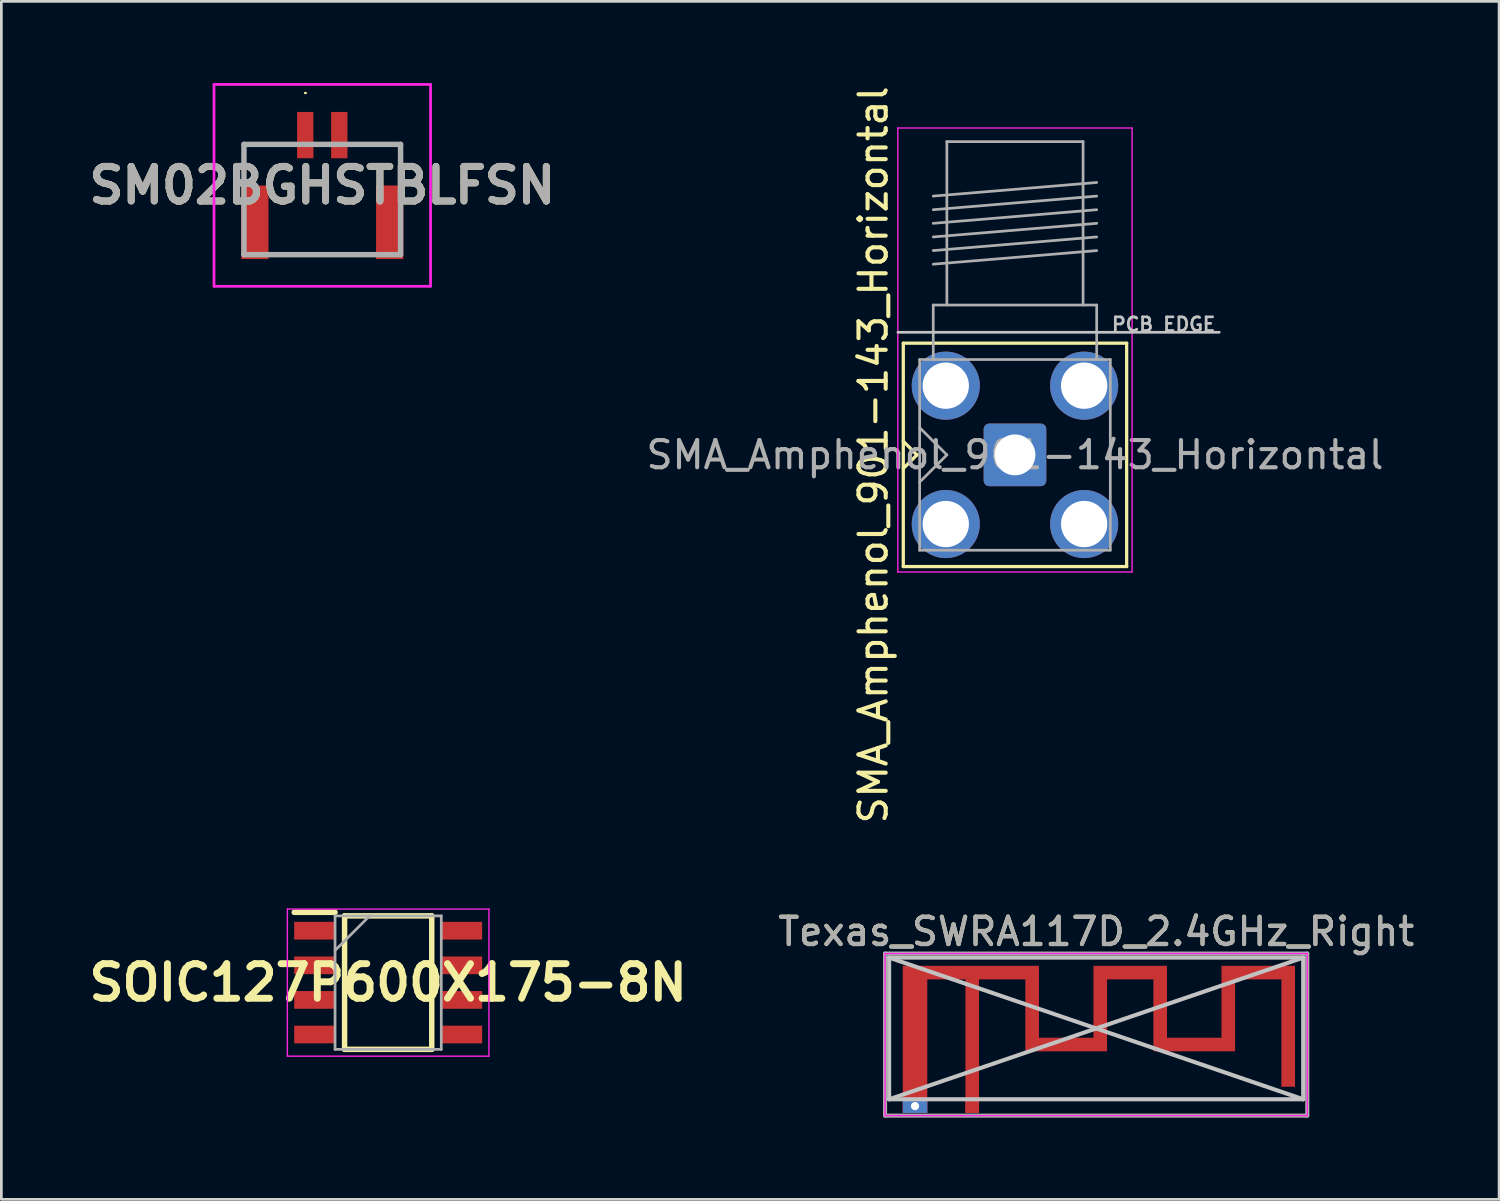
<source format=kicad_pcb>
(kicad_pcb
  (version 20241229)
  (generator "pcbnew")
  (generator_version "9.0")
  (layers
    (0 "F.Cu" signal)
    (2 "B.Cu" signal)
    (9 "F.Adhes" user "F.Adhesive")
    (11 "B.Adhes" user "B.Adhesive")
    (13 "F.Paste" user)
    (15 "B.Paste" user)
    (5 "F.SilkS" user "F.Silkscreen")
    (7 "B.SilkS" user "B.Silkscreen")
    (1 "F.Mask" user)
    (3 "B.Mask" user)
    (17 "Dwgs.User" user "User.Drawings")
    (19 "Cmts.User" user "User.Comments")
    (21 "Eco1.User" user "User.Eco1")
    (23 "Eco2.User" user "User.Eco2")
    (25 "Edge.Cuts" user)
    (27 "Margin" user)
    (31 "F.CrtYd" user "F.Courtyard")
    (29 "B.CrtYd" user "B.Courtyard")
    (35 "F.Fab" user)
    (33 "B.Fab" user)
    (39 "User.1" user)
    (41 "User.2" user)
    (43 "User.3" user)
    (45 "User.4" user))
  (footprint "Texas_SWRA117D_2.4GHz_Right"
    (layer "F.Cu")
    (at 32.642 37.556)
    (property "Reference" "Texas_SWRA117D_2.4GHz_Right" (at 4.55 -6.41 0) (layer "F.SilkS") (effects (font (size 1 1) (thickness 0.15))))
    (attr exclude_from_pos_files exclude_from_bom)
    (fp_poly (pts (xy 2.45 -2.51) (xy 4.45 -2.51) (xy 4.45 -5.15) (xy 7.15 -5.15) (xy 7.15 -2.51) (xy 9.15 -2.51) (xy 9.15 -5.15) (xy 11.85 -5.15) (xy 11.85 -0.71) (xy 11.35 -0.71) (xy 11.35 -4.65) (xy 9.65 -4.65) (xy 9.65 -2.01) (xy 6.65 -2.01) (xy 6.65 -4.65) (xy 4.95 -4.65) (xy 4.95 -2.01) (xy 1.95 -2.01) (xy 1.95 -4.65) (xy 0.25 -4.65) (xy 0.25 0.25) (xy -0.25 0.25) (xy -0.25 -4.65) (xy -1.65 -4.65) (xy -1.65 0.25) (xy -2.55 0.25) (xy -2.55 0.007) (xy -2.248 0.007) (xy -2.238 0.054) (xy -2.214 0.097) (xy -2.176 0.13) (xy -2.168 0.134) (xy -2.125 0.146) (xy -2.077 0.145) (xy -2.031 0.132) (xy -2.013 0.122) (xy -1.979 0.087) (xy -1.958 0.041) (xy -1.952 -0.008) (xy -1.96 -0.056) (xy -1.977 -0.089) (xy -2.012 -0.121) (xy -2.058 -0.141) (xy -2.107 -0.148) (xy -2.155 -0.14) (xy -2.188 -0.123) (xy -2.223 -0.086) (xy -2.243 -0.042) (xy -2.248 0.007) (xy -2.55 0.007) (xy -2.55 -5.15) (xy 2.45 -5.15) (xy 2.45 -2.51)) (stroke (width 0) (type solid)) (fill yes) (layer "F.Cu"))
    (fp_poly (pts (xy 2.45 -2.51) (xy 4.45 -2.51) (xy 4.45 -5.15) (xy 7.15 -5.15) (xy 7.15 -2.51) (xy 9.15 -2.51) (xy 9.15 -5.15) (xy 11.85 -5.15) (xy 11.85 -0.71) (xy 11.35 -0.71) (xy 11.35 -4.65) (xy 9.65 -4.65) (xy 9.65 -2.01) (xy 6.65 -2.01) (xy 6.65 -4.65) (xy 4.95 -4.65) (xy 4.95 -2.01) (xy 1.95 -2.01) (xy 1.95 -4.65) (xy 0.25 -4.65) (xy 0.25 0.25) (xy -0.25 0.25) (xy -0.25 -4.65) (xy -1.65 -4.65) (xy -1.65 0.25) (xy -2.55 0.25) (xy -2.55 0.007) (xy -2.248 0.007) (xy -2.238 0.054) (xy -2.214 0.097) (xy -2.176 0.13) (xy -2.168 0.134) (xy -2.125 0.146) (xy -2.077 0.145) (xy -2.031 0.132) (xy -2.013 0.122) (xy -1.979 0.087) (xy -1.958 0.041) (xy -1.952 -0.008) (xy -1.96 -0.056) (xy -1.977 -0.089) (xy -2.012 -0.121) (xy -2.058 -0.141) (xy -2.107 -0.148) (xy -2.155 -0.14) (xy -2.188 -0.123) (xy -2.223 -0.086) (xy -2.243 -0.042) (xy -2.248 0.007) (xy -2.55 0.007) (xy -2.55 -5.15) (xy 2.45 -5.15) (xy 2.45 -2.51)) (stroke (width 0) (type solid)) (fill yes) (layer "F.Mask"))
    (fp_line (start -3.05 -5.45) (end 12.15 -5.45) (stroke (width 0.15) (type solid)) (layer "Dwgs.User"))
    (fp_line (start -3.05 -5.45) (end 12.15 -0.25) (stroke (width 0.15) (type solid)) (layer "Dwgs.User"))
    (fp_line (start -3.05 -0.25) (end -3.05 -5.45) (stroke (width 0.15) (type solid)) (layer "Dwgs.User"))
    (fp_line (start -3.05 -0.25) (end 12.15 -5.45) (stroke (width 0.15) (type solid)) (layer "Dwgs.User"))
    (fp_line (start -3.05 -0.25) (end 12.15 -0.25) (stroke (width 0.15) (type solid)) (layer "Dwgs.User"))
    (fp_line (start 12.15 -0.25) (end 12.15 -5.45) (stroke (width 0.15) (type solid)) (layer "Dwgs.User"))
    (fp_line (start -3.2 -5.6) (end 12.3 -5.6) (stroke (width 0.05) (type solid)) (layer "F.CrtYd"))
    (fp_line (start -3.2 0.35) (end -3.2 -5.6) (stroke (width 0.05) (type solid)) (layer "F.CrtYd"))
    (fp_line (start 12.3 -5.6) (end 12.3 0.35) (stroke (width 0.05) (type solid)) (layer "F.CrtYd"))
    (fp_line (start 12.3 0.35) (end -3.2 0.35) (stroke (width 0.05) (type solid)) (layer "F.CrtYd"))
    (fp_line (start -3.2 -5.6) (end 12.3 -5.6) (stroke (width 0.15) (type solid)) (layer "F.Fab"))
    (fp_line (start -3.2 0.35) (end -3.2 -5.6) (stroke (width 0.15) (type solid)) (layer "F.Fab"))
    (fp_line (start 12.3 -5.6) (end 12.3 0.35) (stroke (width 0.15) (type solid)) (layer "F.Fab"))
    (fp_line (start 12.3 0.35) (end -3.2 0.35) (stroke (width 0.15) (type solid)) (layer "F.Fab"))
    (fp_text user "${REFERENCE}" (at 4.55 -6.4 0) (layer "F.Fab") (effects (font (size 1 1) (thickness 0.15))))
    (pad "1" connect rect (at 0 0) (size 0.5 0.5) (layers "F.Cu"))
    (pad "2" thru_hole rect (at -2.1 0) (size 0.9 0.5) (drill 0.3) (layers "*.Cu"))
    (zone (net_name "") (layers "F.Cu" "B.Cu") (hatch edge 0.5) (connect_pads) (min_thickness 0.25) (filled_areas_thickness no) (keepout (tracks allowed) (vias allowed) (pads allowed) (copperpour not_allowed) (footprints allowed)) (placement (enabled no)) (fill) (polygon (pts (xy 44.892 31.856) (xy 29.542 31.856) (xy 29.442 37.356) (xy 44.892 37.356)))))
  (footprint "SM02BGHSTBLFSN"
    (layer "F.Cu")
    (at 8.781 3.755)
    (property "Reference" "SM02BGHSTBLFSN" (at 0 0 0) (layer "F.SilkS") (effects (font (size 1.27 1.27) (thickness 0.254))))
    (attr smd)
    (fp_line (start -2.875 -1.505) (end -2.875 -0.369) (stroke (width 0.1) (type solid)) (layer "F.SilkS"))
    (fp_line (start -2.875 -1.505) (end -1.238 -1.505) (stroke (width 0.1) (type solid)) (layer "F.SilkS"))
    (fp_line (start -0.642 -3.39) (end -0.642 -3.39) (stroke (width 0.046) (type solid)) (layer "F.SilkS"))
    (fp_line (start -0.596 -3.39) (end -0.596 -3.39) (stroke (width 0.046) (type solid)) (layer "F.SilkS"))
    (fp_line (start 1.6 2.545) (end -1.6 2.545) (stroke (width 0.1) (type solid)) (layer "F.SilkS"))
    (fp_line (start 2.875 -1.505) (end 1.238 -1.505) (stroke (width 0.1) (type solid)) (layer "F.SilkS"))
    (fp_line (start 2.875 -1.505) (end 2.875 -0.369) (stroke (width 0.1) (type solid)) (layer "F.SilkS"))
    (fp_arc (start -0.642 -3.39) (mid -0.619 -3.413) (end -0.596 -3.39) (stroke (width 0.046) (type solid)) (layer "F.SilkS"))
    (fp_arc (start -0.596 -3.39) (mid -0.619 -3.367) (end -0.642 -3.39) (stroke (width 0.046) (type solid)) (layer "F.SilkS"))
    (fp_line (start -3.975 -3.705) (end -3.975 3.705) (stroke (width 0.1) (type solid)) (layer "F.CrtYd"))
    (fp_line (start -3.975 3.705) (end 3.975 3.705) (stroke (width 0.1) (type solid)) (layer "F.CrtYd"))
    (fp_line (start 3.975 -3.705) (end -3.975 -3.705) (stroke (width 0.1) (type solid)) (layer "F.CrtYd"))
    (fp_line (start 3.975 3.705) (end 3.975 -3.705) (stroke (width 0.1) (type solid)) (layer "F.CrtYd"))
    (fp_line (start -2.875 -1.505) (end -2.875 2.545) (stroke (width 0.2) (type solid)) (layer "F.Fab"))
    (fp_line (start -2.875 2.545) (end 2.875 2.545) (stroke (width 0.2) (type solid)) (layer "F.Fab"))
    (fp_line (start 2.875 -1.505) (end -2.875 -1.505) (stroke (width 0.2) (type solid)) (layer "F.Fab"))
    (fp_line (start 2.875 2.545) (end 2.875 -1.505) (stroke (width 0.2) (type solid)) (layer "F.Fab"))
    (fp_text user "${REFERENCE}" (at 0 0 0) (layer "F.Fab") (effects (font (size 1.27 1.27) (thickness 0.254))))
    (pad "1" smd rect (at -0.625 -1.845) (size 0.6 1.7) (layers "F.Cu" "F.Mask" "F.Paste"))
    (pad "2" smd rect (at 0.625 -1.845) (size 0.6 1.7) (layers "F.Cu" "F.Mask" "F.Paste"))
    (pad "3" smd rect (at 2.475 1.355) (size 1 2.7) (layers "F.Cu" "F.Mask" "F.Paste"))
    (pad "4" smd rect (at -2.475 1.355) (size 1 2.7) (layers "F.Cu" "F.Mask" "F.Paste")))
  (footprint "SMA_Amphenol_901-143_Horizontal"
    (layer "F.Cu")
    (at 34.211 13.649)
    (property "Reference" "SMA_Amphenol_901-143_Horizontal" (at -5.2 0 90) (layer "F.SilkS") (effects (font (size 1 1) (thickness 0.15))))
    (attr through_hole)
    (fp_line (start -4.1 -4.1) (end -4.1 4.1) (stroke (width 0.12) (type solid)) (layer "F.SilkS"))
    (fp_line (start -4.1 -4.1) (end 4.1 -4.1) (stroke (width 0.12) (type solid)) (layer "F.SilkS"))
    (fp_line (start -4.1 0.5) (end -3.6 0) (stroke (width 0.12) (type solid)) (layer "F.SilkS"))
    (fp_line (start -4.1 4.1) (end 4.1 4.1) (stroke (width 0.12) (type solid)) (layer "F.SilkS"))
    (fp_line (start -3.6 0) (end -4.1 -0.5) (stroke (width 0.12) (type solid)) (layer "F.SilkS"))
    (fp_line (start 4.1 -4.1) (end 4.1 4.1) (stroke (width 0.12) (type solid)) (layer "F.SilkS"))
    (fp_line (start 7.5 -4.5) (end -4.3 -4.5) (stroke (width 0.1) (type solid)) (layer "Dwgs.User"))
    (fp_line (start -4.3 -12) (end -4.3 4.3) (stroke (width 0.05) (type solid)) (layer "F.CrtYd"))
    (fp_line (start -4.3 -12) (end 4.3 -12) (stroke (width 0.05) (type solid)) (layer "F.CrtYd"))
    (fp_line (start 4.3 4.3) (end -4.3 4.3) (stroke (width 0.05) (type solid)) (layer "F.CrtYd"))
    (fp_line (start 4.3 4.3) (end 4.3 -12) (stroke (width 0.05) (type solid)) (layer "F.CrtYd"))
    (fp_line (start -3.5 -3.5) (end -3.5 3.5) (stroke (width 0.1) (type solid)) (layer "F.Fab"))
    (fp_line (start -3.5 -3.5) (end 3.5 -3.5) (stroke (width 0.1) (type solid)) (layer "F.Fab"))
    (fp_line (start -3.5 -1) (end -2.5 0) (stroke (width 0.1) (type solid)) (layer "F.Fab"))
    (fp_line (start -3.5 3.5) (end 3.5 3.5) (stroke (width 0.1) (type solid)) (layer "F.Fab"))
    (fp_line (start -3 -9.5) (end 3 -10) (stroke (width 0.1) (type solid)) (layer "F.Fab"))
    (fp_line (start -3 -9) (end 3 -9.5) (stroke (width 0.1) (type solid)) (layer "F.Fab"))
    (fp_line (start -3 -8.5) (end 3 -9) (stroke (width 0.1) (type solid)) (layer "F.Fab"))
    (fp_line (start -3 -8) (end 3 -8.5) (stroke (width 0.1) (type solid)) (layer "F.Fab"))
    (fp_line (start -3 -7.5) (end 3 -8) (stroke (width 0.1) (type solid)) (layer "F.Fab"))
    (fp_line (start -3 -7) (end 3 -7.5) (stroke (width 0.1) (type solid)) (layer "F.Fab"))
    (fp_line (start -3 -5.5) (end -3 -3.5) (stroke (width 0.1) (type solid)) (layer "F.Fab"))
    (fp_line (start -2.5 -11.5) (end -2.5 -5.5) (stroke (width 0.1) (type solid)) (layer "F.Fab"))
    (fp_line (start -2.5 -11.5) (end 2.5 -11.5) (stroke (width 0.1) (type solid)) (layer "F.Fab"))
    (fp_line (start -2.5 0) (end -3.5 1) (stroke (width 0.1) (type solid)) (layer "F.Fab"))
    (fp_line (start 2.5 -11.5) (end 2.5 -5.5) (stroke (width 0.1) (type solid)) (layer "F.Fab"))
    (fp_line (start 3 -5.5) (end -3 -5.5) (stroke (width 0.1) (type solid)) (layer "F.Fab"))
    (fp_line (start 3 -5.5) (end 3 -3.5) (stroke (width 0.1) (type solid)) (layer "F.Fab"))
    (fp_line (start 3.5 -3.5) (end 3.5 3.5) (stroke (width 0.1) (type solid)) (layer "F.Fab"))
    (fp_text user "PCB EDGE" (at 3.5 -4.5 0) (unlocked yes) (layer "Dwgs.User") (effects (font (size 0.5 0.5) (thickness 0.1) (bold yes)) (justify left bottom)))
    (fp_text user "${REFERENCE}" (at 0 0 0) (layer "F.Fab") (effects (font (size 1 1) (thickness 0.15))))
    (pad "1" thru_hole roundrect (at 0 0) (size 2.3 2.3) (drill 1.5) (layers "*.Cu" "*.Mask") (remove_unused_layers yes) (keep_end_layers yes) (zone_layer_connections) (roundrect_rratio 0.087))
    (pad "2" thru_hole circle (at -2.54 -2.54) (size 2.5 2.5) (drill 1.7) (layers "*.Cu" "*.Mask") (remove_unused_layers yes) (keep_end_layers yes) (zone_layer_connections))
    (pad "2" thru_hole circle (at -2.54 2.54) (size 2.5 2.5) (drill 1.7) (layers "*.Cu" "*.Mask") (remove_unused_layers yes) (keep_end_layers yes) (zone_layer_connections))
    (pad "2" thru_hole circle (at 2.54 -2.54) (size 2.5 2.5) (drill 1.7) (layers "*.Cu" "*.Mask") (remove_unused_layers yes) (keep_end_layers yes) (zone_layer_connections))
    (pad "2" thru_hole circle (at 2.54 2.54) (size 2.5 2.5) (drill 1.7) (layers "*.Cu" "*.Mask") (remove_unused_layers yes) (keep_end_layers yes) (zone_layer_connections)))
  (footprint "SOIC127P600X175-8N"
    (layer "F.Cu")
    (at 11.2 33.023)
    (property "Reference" "SOIC127P600X175-8N" (at 0 0 0) (layer "F.SilkS") (effects (font (size 1.27 1.27) (thickness 0.254))))
    (attr smd)
    (fp_line (start -3.45 -2.58) (end -1.95 -2.58) (stroke (width 0.2) (type solid)) (layer "F.SilkS"))
    (fp_line (start -1.6 -2.45) (end 1.6 -2.45) (stroke (width 0.2) (type solid)) (layer "F.SilkS"))
    (fp_line (start -1.6 2.45) (end -1.6 -2.45) (stroke (width 0.2) (type solid)) (layer "F.SilkS"))
    (fp_line (start 1.6 -2.45) (end 1.6 2.45) (stroke (width 0.2) (type solid)) (layer "F.SilkS"))
    (fp_line (start 1.6 2.45) (end -1.6 2.45) (stroke (width 0.2) (type solid)) (layer "F.SilkS"))
    (fp_line (start -3.7 -2.7) (end 3.7 -2.7) (stroke (width 0.05) (type solid)) (layer "F.CrtYd"))
    (fp_line (start -3.7 2.7) (end -3.7 -2.7) (stroke (width 0.05) (type solid)) (layer "F.CrtYd"))
    (fp_line (start 3.7 -2.7) (end 3.7 2.7) (stroke (width 0.05) (type solid)) (layer "F.CrtYd"))
    (fp_line (start 3.7 2.7) (end -3.7 2.7) (stroke (width 0.05) (type solid)) (layer "F.CrtYd"))
    (fp_line (start -1.95 -2.45) (end 1.95 -2.45) (stroke (width 0.1) (type solid)) (layer "F.Fab"))
    (fp_line (start -1.95 -1.18) (end -0.68 -2.45) (stroke (width 0.1) (type solid)) (layer "F.Fab"))
    (fp_line (start -1.95 2.45) (end -1.95 -2.45) (stroke (width 0.1) (type solid)) (layer "F.Fab"))
    (fp_line (start 1.95 -2.45) (end 1.95 2.45) (stroke (width 0.1) (type solid)) (layer "F.Fab"))
    (fp_line (start 1.95 2.45) (end -1.95 2.45) (stroke (width 0.1) (type solid)) (layer "F.Fab"))
    (pad "1" smd rect (at -2.7 -1.905 90) (size 0.65 1.5) (layers "F.Cu" "F.Mask" "F.Paste"))
    (pad "2" smd rect (at -2.7 -0.635 90) (size 0.65 1.5) (layers "F.Cu" "F.Mask" "F.Paste"))
    (pad "3" smd rect (at -2.7 0.635 90) (size 0.65 1.5) (layers "F.Cu" "F.Mask" "F.Paste"))
    (pad "4" smd rect (at -2.7 1.905 90) (size 0.65 1.5) (layers "F.Cu" "F.Mask" "F.Paste"))
    (pad "5" smd rect (at 2.7 1.905 90) (size 0.65 1.5) (layers "F.Cu" "F.Mask" "F.Paste"))
    (pad "6" smd rect (at 2.7 0.635 90) (size 0.65 1.5) (layers "F.Cu" "F.Mask" "F.Paste"))
    (pad "7" smd rect (at 2.7 -0.635 90) (size 0.65 1.5) (layers "F.Cu" "F.Mask" "F.Paste"))
    (pad "8" smd rect (at 2.7 -1.905 90) (size 0.65 1.5) (layers "F.Cu" "F.Mask" "F.Paste")))
  (gr_rect
    (start -3 -3)
    (end 51.984 40.981)
    (stroke (width 0.1) (type default))
    (fill no)
    (layer "Edge.Cuts")))
</source>
